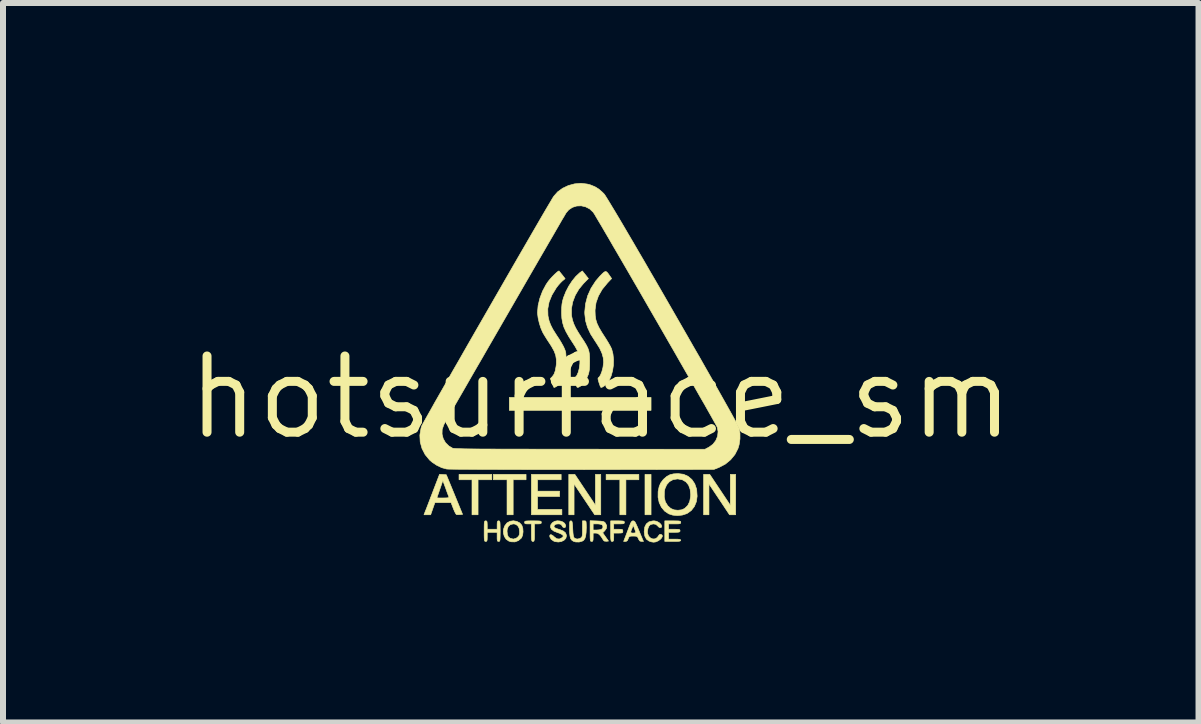
<source format=kicad_pcb>
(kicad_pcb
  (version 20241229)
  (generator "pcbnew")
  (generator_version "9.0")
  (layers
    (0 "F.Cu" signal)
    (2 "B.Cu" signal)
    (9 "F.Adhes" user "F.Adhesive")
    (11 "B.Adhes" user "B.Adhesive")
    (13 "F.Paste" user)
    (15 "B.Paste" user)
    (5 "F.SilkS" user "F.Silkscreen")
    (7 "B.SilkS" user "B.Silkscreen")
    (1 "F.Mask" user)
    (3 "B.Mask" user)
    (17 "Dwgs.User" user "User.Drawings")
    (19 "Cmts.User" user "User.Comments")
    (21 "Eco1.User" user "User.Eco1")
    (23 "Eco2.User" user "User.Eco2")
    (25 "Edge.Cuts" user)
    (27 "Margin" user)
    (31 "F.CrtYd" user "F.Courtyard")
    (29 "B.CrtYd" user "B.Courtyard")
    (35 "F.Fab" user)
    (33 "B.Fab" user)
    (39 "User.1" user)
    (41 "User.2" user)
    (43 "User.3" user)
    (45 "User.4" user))
  (footprint "hotsurface_sm"
    (layer "F.Cu")
    (at 6.962 3.573)
    (property "Reference" "hotsurface_sm" (at 0 0 0) (layer "F.SilkS") (effects (font (size 1.27 1.27) (thickness 0.15))))
    (attr through_hole)
    (fp_poly (pts (xy 0.838 0.216) (xy -1.524 0.216) (xy -1.524 0) (xy 0.838 0) (xy 0.838 0.216)) (stroke (width 0.01) (type solid)) (fill yes) (layer "F.SilkS"))
    (fp_poly (pts (xy 0.838 1.956) (xy 0.737 1.956) (xy 0.737 1.283) (xy 0.838 1.283) (xy 0.838 1.956)) (stroke (width 0.01) (type solid)) (fill yes) (layer "F.SilkS"))
    (fp_poly (pts (xy -1.816 1.372) (xy -2.045 1.372) (xy -2.045 1.956) (xy -2.146 1.956) (xy -2.146 1.372) (xy -2.362 1.372) (xy -2.362 1.283) (xy -1.816 1.283) (xy -1.816 1.372)) (stroke (width 0.01) (type solid)) (fill yes) (layer "F.SilkS"))
    (fp_poly (pts (xy -1.245 1.372) (xy -1.46 1.372) (xy -1.46 1.956) (xy -1.562 1.956) (xy -1.562 1.372) (xy -1.791 1.372) (xy -1.791 1.283) (xy -1.245 1.283) (xy -1.245 1.372)) (stroke (width 0.01) (type solid)) (fill yes) (layer "F.SilkS"))
    (fp_poly (pts (xy 0.635 1.372) (xy 0.419 1.372) (xy 0.419 1.956) (xy 0.318 1.956) (xy 0.318 1.372) (xy 0.089 1.372) (xy 0.089 1.283) (xy 0.635 1.283) (xy 0.635 1.372)) (stroke (width 0.01) (type solid)) (fill yes) (layer "F.SilkS"))
    (fp_poly (pts (xy -0.089 1.797) (xy -0.089 1.283) (xy 0 1.283) (xy 0 1.956) (xy -0.101 1.956) (xy -0.273 1.699) (xy -0.445 1.442) (xy -0.445 1.956) (xy -0.533 1.956) (xy -0.533 1.283) (xy -0.432 1.283) (xy -0.089 1.797)) (stroke (width 0.01) (type solid)) (fill yes) (layer "F.SilkS"))
    (fp_poly (pts (xy 2.159 1.797) (xy 2.159 1.283) (xy 2.248 1.283) (xy 2.248 1.956) (xy 2.146 1.956) (xy 1.975 1.699) (xy 1.803 1.442) (xy 1.803 1.956) (xy 1.714 1.956) (xy 1.714 1.283) (xy 1.816 1.283) (xy 2.159 1.797)) (stroke (width 0.01) (type solid)) (fill yes) (layer "F.SilkS"))
    (fp_poly (pts (xy -0.66 1.372) (xy -1.054 1.372) (xy -1.054 1.562) (xy -0.686 1.562) (xy -0.686 1.651) (xy -1.054 1.651) (xy -1.054 1.867) (xy -0.648 1.867) (xy -0.648 1.956) (xy -1.156 1.956) (xy -1.156 1.283) (xy -0.66 1.283) (xy -0.66 1.372)) (stroke (width 0.01) (type solid)) (fill yes) (layer "F.SilkS"))
    (fp_poly (pts (xy -1.069 2.058) (xy -1.029 2.059) (xy -1.006 2.062) (xy -0.994 2.068) (xy -0.991 2.078) (xy -0.991 2.083) (xy -0.994 2.099) (xy -1.01 2.106) (xy -1.044 2.108) (xy -1.048 2.108) (xy -1.105 2.108) (xy -1.105 2.254) (xy -1.105 2.317) (xy -1.106 2.359) (xy -1.11 2.383) (xy -1.115 2.396) (xy -1.124 2.4) (xy -1.13 2.4) (xy -1.141 2.399) (xy -1.148 2.391) (xy -1.153 2.373) (xy -1.155 2.341) (xy -1.156 2.29) (xy -1.156 2.254) (xy -1.156 2.108) (xy -1.213 2.108) (xy -1.249 2.107) (xy -1.265 2.1) (xy -1.27 2.085) (xy -1.27 2.083) (xy -1.268 2.072) (xy -1.261 2.064) (xy -1.242 2.06) (xy -1.209 2.058) (xy -1.157 2.057) (xy -1.13 2.057) (xy -1.069 2.058)) (stroke (width 0.01) (type solid)) (fill yes) (layer "F.SilkS"))
    (fp_poly (pts (xy 0.334 2.058) (xy 0.367 2.06) (xy 0.385 2.064) (xy 0.393 2.073) (xy 0.394 2.083) (xy 0.391 2.096) (xy 0.38 2.104) (xy 0.356 2.107) (xy 0.312 2.108) (xy 0.305 2.108) (xy 0.216 2.108) (xy 0.216 2.197) (xy 0.292 2.197) (xy 0.334 2.198) (xy 0.357 2.201) (xy 0.366 2.211) (xy 0.368 2.228) (xy 0.368 2.229) (xy 0.367 2.246) (xy 0.358 2.256) (xy 0.336 2.26) (xy 0.295 2.261) (xy 0.292 2.261) (xy 0.216 2.261) (xy 0.216 2.33) (xy 0.215 2.371) (xy 0.21 2.392) (xy 0.199 2.4) (xy 0.191 2.4) (xy 0.18 2.399) (xy 0.173 2.392) (xy 0.169 2.376) (xy 0.166 2.347) (xy 0.165 2.3) (xy 0.165 2.232) (xy 0.165 2.057) (xy 0.279 2.057) (xy 0.334 2.058)) (stroke (width 0.01) (type solid)) (fill yes) (layer "F.SilkS"))
    (fp_poly (pts (xy 1.26 2.058) (xy 1.298 2.059) (xy 1.32 2.063) (xy 1.331 2.069) (xy 1.333 2.08) (xy 1.333 2.083) (xy 1.331 2.095) (xy 1.322 2.103) (xy 1.299 2.107) (xy 1.259 2.108) (xy 1.232 2.108) (xy 1.13 2.108) (xy 1.13 2.197) (xy 1.226 2.197) (xy 1.274 2.198) (xy 1.303 2.2) (xy 1.317 2.207) (xy 1.321 2.218) (xy 1.321 2.223) (xy 1.319 2.235) (xy 1.308 2.243) (xy 1.285 2.247) (xy 1.243 2.248) (xy 1.226 2.248) (xy 1.13 2.248) (xy 1.13 2.362) (xy 1.232 2.362) (xy 1.284 2.363) (xy 1.315 2.366) (xy 1.33 2.373) (xy 1.333 2.381) (xy 1.329 2.39) (xy 1.314 2.396) (xy 1.284 2.399) (xy 1.235 2.4) (xy 1.2 2.4) (xy 1.067 2.4) (xy 1.067 2.057) (xy 1.2 2.057) (xy 1.26 2.058)) (stroke (width 0.01) (type solid)) (fill yes) (layer "F.SilkS"))
    (fp_poly (pts (xy -1.4 2.066) (xy -1.351 2.091) (xy -1.316 2.13) (xy -1.315 2.133) (xy -1.299 2.182) (xy -1.295 2.239) (xy -1.302 2.294) (xy -1.319 2.337) (xy -1.323 2.343) (xy -1.372 2.386) (xy -1.431 2.408) (xy -1.495 2.406) (xy -1.533 2.394) (xy -1.578 2.362) (xy -1.608 2.315) (xy -1.623 2.259) (xy -1.622 2.229) (xy -1.562 2.229) (xy -1.556 2.288) (xy -1.538 2.328) (xy -1.507 2.349) (xy -1.456 2.361) (xy -1.412 2.348) (xy -1.388 2.332) (xy -1.366 2.308) (xy -1.355 2.281) (xy -1.353 2.241) (xy -1.353 2.237) (xy -1.361 2.178) (xy -1.386 2.136) (xy -1.426 2.112) (xy -1.457 2.108) (xy -1.506 2.119) (xy -1.541 2.15) (xy -1.559 2.198) (xy -1.562 2.229) (xy -1.622 2.229) (xy -1.621 2.199) (xy -1.602 2.143) (xy -1.566 2.095) (xy -1.56 2.09) (xy -1.512 2.064) (xy -1.456 2.056) (xy -1.4 2.066)) (stroke (width 0.01) (type solid)) (fill yes) (layer "F.SilkS"))
    (fp_poly (pts (xy 0.931 2.065) (xy 0.971 2.086) (xy 1.002 2.114) (xy 1.016 2.144) (xy 1.016 2.147) (xy 1.008 2.167) (xy 0.988 2.171) (xy 0.964 2.159) (xy 0.947 2.14) (xy 0.917 2.115) (xy 0.876 2.108) (xy 0.831 2.118) (xy 0.826 2.121) (xy 0.803 2.145) (xy 0.786 2.186) (xy 0.778 2.233) (xy 0.78 2.267) (xy 0.798 2.313) (xy 0.83 2.344) (xy 0.868 2.359) (xy 0.907 2.357) (xy 0.942 2.335) (xy 0.959 2.311) (xy 0.978 2.286) (xy 1 2.282) (xy 1.003 2.282) (xy 1.024 2.296) (xy 1.026 2.317) (xy 1.013 2.343) (xy 0.988 2.369) (xy 0.954 2.392) (xy 0.916 2.408) (xy 0.88 2.413) (xy 0.843 2.407) (xy 0.804 2.394) (xy 0.761 2.362) (xy 0.734 2.311) (xy 0.724 2.242) (xy 0.724 2.233) (xy 0.733 2.161) (xy 0.759 2.109) (xy 0.802 2.074) (xy 0.863 2.059) (xy 0.889 2.057) (xy 0.931 2.065)) (stroke (width 0.01) (type solid)) (fill yes) (layer "F.SilkS"))
    (fp_poly (pts (xy -2.63 1.285) (xy -2.574 1.289) (xy -2.438 1.619) (xy -2.303 1.949) (xy -2.346 1.953) (xy -2.381 1.955) (xy -2.405 1.952) (xy -2.406 1.952) (xy -2.417 1.938) (xy -2.434 1.906) (xy -2.453 1.862) (xy -2.458 1.849) (xy -2.495 1.753) (xy -2.764 1.753) (xy -2.835 1.956) (xy -2.946 1.956) (xy -2.923 1.895) (xy -2.911 1.866) (xy -2.892 1.817) (xy -2.868 1.754) (xy -2.839 1.679) (xy -2.837 1.673) (xy -2.73 1.673) (xy -2.719 1.675) (xy -2.688 1.676) (xy -2.643 1.676) (xy -2.628 1.676) (xy -2.574 1.675) (xy -2.543 1.672) (xy -2.531 1.665) (xy -2.531 1.661) (xy -2.537 1.643) (xy -2.551 1.607) (xy -2.569 1.558) (xy -2.584 1.515) (xy -2.632 1.386) (xy -2.681 1.528) (xy -2.7 1.584) (xy -2.716 1.63) (xy -2.727 1.661) (xy -2.73 1.673) (xy -2.837 1.673) (xy -2.808 1.598) (xy -2.793 1.558) (xy -2.687 1.282) (xy -2.63 1.285)) (stroke (width 0.01) (type solid)) (fill yes) (layer "F.SilkS"))
    (fp_poly (pts (xy -0.487 2.06) (xy -0.479 2.07) (xy -0.474 2.093) (xy -0.47 2.131) (xy -0.467 2.191) (xy -0.467 2.193) (xy -0.463 2.257) (xy -0.458 2.299) (xy -0.451 2.326) (xy -0.442 2.341) (xy -0.437 2.346) (xy -0.396 2.361) (xy -0.352 2.353) (xy -0.333 2.342) (xy -0.32 2.332) (xy -0.312 2.317) (xy -0.307 2.294) (xy -0.305 2.256) (xy -0.305 2.199) (xy -0.305 2.19) (xy -0.305 2.057) (xy -0.273 2.057) (xy -0.258 2.058) (xy -0.248 2.064) (xy -0.244 2.081) (xy -0.242 2.112) (xy -0.241 2.164) (xy -0.241 2.169) (xy -0.244 2.251) (xy -0.252 2.312) (xy -0.266 2.354) (xy -0.288 2.383) (xy -0.305 2.394) (xy -0.36 2.41) (xy -0.418 2.409) (xy -0.457 2.397) (xy -0.484 2.378) (xy -0.502 2.351) (xy -0.513 2.311) (xy -0.519 2.255) (xy -0.521 2.188) (xy -0.52 2.129) (xy -0.519 2.091) (xy -0.515 2.069) (xy -0.508 2.06) (xy -0.497 2.057) (xy -0.497 2.057) (xy -0.487 2.06)) (stroke (width 0.01) (type solid)) (fill yes) (layer "F.SilkS"))
    (fp_poly (pts (xy -0.062 2.059) (xy -0.006 2.062) (xy 0.03 2.066) (xy 0.054 2.073) (xy 0.069 2.085) (xy 0.077 2.094) (xy 0.099 2.137) (xy 0.095 2.18) (xy 0.067 2.221) (xy 0.032 2.256) (xy 0.129 2.394) (xy 0.093 2.398) (xy 0.058 2.394) (xy 0.045 2.381) (xy 0.009 2.324) (xy -0.021 2.288) (xy -0.048 2.268) (xy -0.077 2.261) (xy -0.083 2.261) (xy -0.127 2.261) (xy -0.127 2.33) (xy -0.128 2.371) (xy -0.133 2.392) (xy -0.143 2.4) (xy -0.152 2.4) (xy -0.163 2.399) (xy -0.17 2.392) (xy -0.174 2.376) (xy -0.177 2.347) (xy -0.178 2.301) (xy -0.178 2.233) (xy -0.178 2.108) (xy -0.127 2.108) (xy -0.127 2.21) (xy -0.069 2.21) (xy -0.028 2.207) (xy 0.006 2.2) (xy 0.014 2.197) (xy 0.035 2.173) (xy 0.035 2.143) (xy 0.023 2.123) (xy 0.002 2.115) (xy -0.034 2.109) (xy -0.06 2.108) (xy -0.127 2.108) (xy -0.178 2.108) (xy -0.178 2.055) (xy -0.062 2.059)) (stroke (width 0.01) (type solid)) (fill yes) (layer "F.SilkS"))
    (fp_poly (pts (xy -1.692 2.059) (xy -1.685 2.065) (xy -1.68 2.082) (xy -1.678 2.111) (xy -1.677 2.158) (xy -1.676 2.226) (xy -1.676 2.229) (xy -1.677 2.298) (xy -1.678 2.345) (xy -1.68 2.375) (xy -1.684 2.392) (xy -1.691 2.399) (xy -1.701 2.4) (xy -1.702 2.4) (xy -1.716 2.398) (xy -1.724 2.385) (xy -1.727 2.358) (xy -1.727 2.324) (xy -1.727 2.248) (xy -1.892 2.248) (xy -1.892 2.324) (xy -1.893 2.367) (xy -1.897 2.39) (xy -1.906 2.399) (xy -1.918 2.4) (xy -1.928 2.399) (xy -1.935 2.392) (xy -1.939 2.376) (xy -1.942 2.347) (xy -1.943 2.3) (xy -1.943 2.232) (xy -1.943 2.229) (xy -1.943 2.16) (xy -1.942 2.112) (xy -1.94 2.082) (xy -1.935 2.066) (xy -1.928 2.059) (xy -1.918 2.057) (xy -1.918 2.057) (xy -1.903 2.06) (xy -1.895 2.074) (xy -1.893 2.103) (xy -1.892 2.127) (xy -1.892 2.197) (xy -1.727 2.197) (xy -1.727 2.127) (xy -1.726 2.087) (xy -1.721 2.066) (xy -1.711 2.058) (xy -1.702 2.057) (xy -1.692 2.059)) (stroke (width 0.01) (type solid)) (fill yes) (layer "F.SilkS"))
    (fp_poly (pts (xy 0.554 2.061) (xy 0.568 2.073) (xy 0.583 2.099) (xy 0.603 2.142) (xy 0.62 2.181) (xy 0.644 2.239) (xy 0.666 2.293) (xy 0.684 2.335) (xy 0.691 2.353) (xy 0.712 2.4) (xy 0.679 2.4) (xy 0.653 2.394) (xy 0.635 2.371) (xy 0.628 2.356) (xy 0.616 2.33) (xy 0.601 2.317) (xy 0.577 2.312) (xy 0.541 2.311) (xy 0.501 2.312) (xy 0.479 2.318) (xy 0.466 2.332) (xy 0.457 2.356) (xy 0.443 2.387) (xy 0.423 2.399) (xy 0.412 2.4) (xy 0.381 2.4) (xy 0.414 2.315) (xy 0.437 2.254) (xy 0.442 2.242) (xy 0.5 2.242) (xy 0.504 2.255) (xy 0.52 2.26) (xy 0.539 2.261) (xy 0.569 2.258) (xy 0.584 2.253) (xy 0.584 2.251) (xy 0.58 2.235) (xy 0.569 2.204) (xy 0.563 2.187) (xy 0.542 2.132) (xy 0.527 2.168) (xy 0.508 2.214) (xy 0.5 2.242) (xy 0.442 2.242) (xy 0.462 2.187) (xy 0.479 2.143) (xy 0.497 2.097) (xy 0.512 2.071) (xy 0.527 2.059) (xy 0.54 2.057) (xy 0.554 2.061)) (stroke (width 0.01) (type solid)) (fill yes) (layer "F.SilkS"))
    (fp_poly (pts (xy -0.677 2.06) (xy -0.633 2.075) (xy -0.601 2.099) (xy -0.585 2.132) (xy -0.584 2.141) (xy -0.592 2.165) (xy -0.61 2.172) (xy -0.632 2.16) (xy -0.645 2.14) (xy -0.66 2.119) (xy -0.684 2.11) (xy -0.71 2.108) (xy -0.75 2.113) (xy -0.771 2.128) (xy -0.774 2.132) (xy -0.78 2.152) (xy -0.772 2.168) (xy -0.746 2.182) (xy -0.7 2.198) (xy -0.683 2.203) (xy -0.624 2.227) (xy -0.588 2.257) (xy -0.572 2.297) (xy -0.572 2.312) (xy -0.583 2.35) (xy -0.613 2.381) (xy -0.657 2.402) (xy -0.708 2.41) (xy -0.761 2.403) (xy -0.783 2.395) (xy -0.825 2.366) (xy -0.848 2.327) (xy -0.851 2.306) (xy -0.843 2.289) (xy -0.823 2.289) (xy -0.794 2.306) (xy -0.775 2.324) (xy -0.734 2.355) (xy -0.691 2.36) (xy -0.649 2.34) (xy -0.646 2.338) (xy -0.627 2.319) (xy -0.627 2.304) (xy -0.634 2.294) (xy -0.655 2.279) (xy -0.692 2.262) (xy -0.72 2.253) (xy -0.782 2.228) (xy -0.822 2.197) (xy -0.839 2.161) (xy -0.832 2.122) (xy -0.807 2.089) (xy -0.77 2.065) (xy -0.724 2.056) (xy -0.677 2.06)) (stroke (width 0.01) (type solid)) (fill yes) (layer "F.SilkS"))
    (fp_poly (pts (xy 1.379 1.281) (xy 1.455 1.315) (xy 1.518 1.368) (xy 1.566 1.439) (xy 1.596 1.526) (xy 1.599 1.546) (xy 1.606 1.647) (xy 1.593 1.738) (xy 1.56 1.818) (xy 1.509 1.884) (xy 1.441 1.933) (xy 1.43 1.938) (xy 1.358 1.961) (xy 1.278 1.969) (xy 1.2 1.962) (xy 1.134 1.941) (xy 1.064 1.894) (xy 1.01 1.829) (xy 0.973 1.751) (xy 0.955 1.663) (xy 0.955 1.661) (xy 1.058 1.661) (xy 1.076 1.74) (xy 1.116 1.805) (xy 1.167 1.851) (xy 1.221 1.874) (xy 1.285 1.881) (xy 1.349 1.873) (xy 1.398 1.851) (xy 1.449 1.802) (xy 1.482 1.736) (xy 1.497 1.653) (xy 1.499 1.619) (xy 1.489 1.531) (xy 1.463 1.46) (xy 1.419 1.407) (xy 1.36 1.373) (xy 1.287 1.359) (xy 1.275 1.359) (xy 1.205 1.37) (xy 1.145 1.403) (xy 1.099 1.455) (xy 1.069 1.523) (xy 1.06 1.568) (xy 1.058 1.661) (xy 0.955 1.661) (xy 0.956 1.568) (xy 0.973 1.487) (xy 0.997 1.429) (xy 1.037 1.375) (xy 1.053 1.358) (xy 1.103 1.315) (xy 1.154 1.288) (xy 1.214 1.274) (xy 1.291 1.27) (xy 1.379 1.281)) (stroke (width 0.01) (type solid)) (fill yes) (layer "F.SilkS"))
    (fp_poly (pts (xy 0.1 -2.091) (xy 0.121 -2.067) (xy 0.146 -2.032) (xy 0.181 -1.981) (xy 0.112 -1.908) (xy 0.024 -1.801) (xy -0.039 -1.691) (xy -0.079 -1.578) (xy -0.095 -1.458) (xy -0.095 -1.435) (xy -0.092 -1.362) (xy -0.082 -1.296) (xy -0.062 -1.232) (xy -0.03 -1.164) (xy 0.015 -1.087) (xy 0.055 -1.025) (xy 0.094 -0.964) (xy 0.13 -0.905) (xy 0.159 -0.853) (xy 0.178 -0.814) (xy 0.181 -0.809) (xy 0.203 -0.725) (xy 0.213 -0.633) (xy 0.211 -0.538) (xy 0.197 -0.445) (xy 0.173 -0.358) (xy 0.139 -0.283) (xy 0.097 -0.224) (xy 0.066 -0.197) (xy 0.031 -0.174) (xy 0.011 -0.166) (xy -0.001 -0.17) (xy -0.004 -0.175) (xy -0.011 -0.191) (xy -0.022 -0.224) (xy -0.032 -0.253) (xy -0.044 -0.296) (xy -0.046 -0.32) (xy -0.04 -0.328) (xy -0.021 -0.345) (xy -0.000431 -0.382) (xy 0.019 -0.432) (xy 0.034 -0.489) (xy 0.038 -0.508) (xy 0.047 -0.587) (xy 0.041 -0.661) (xy 0.02 -0.736) (xy -0.017 -0.817) (xy -0.073 -0.907) (xy -0.095 -0.94) (xy -0.169 -1.056) (xy -0.221 -1.167) (xy -0.253 -1.276) (xy -0.266 -1.389) (xy -0.267 -1.423) (xy -0.254 -1.558) (xy -0.219 -1.692) (xy -0.161 -1.821) (xy -0.083 -1.941) (xy -0.017 -2.018) (xy 0.026 -2.062) (xy 0.057 -2.089) (xy 0.08 -2.099) (xy 0.1 -2.091)) (stroke (width 0.01) (type solid)) (fill yes) (layer "F.SilkS"))
    (fp_poly (pts (xy -0.206 -1.981) (xy -0.286 -1.9) (xy -0.364 -1.806) (xy -0.425 -1.702) (xy -0.467 -1.592) (xy -0.488 -1.482) (xy -0.488 -1.375) (xy -0.484 -1.348) (xy -0.47 -1.285) (xy -0.449 -1.224) (xy -0.419 -1.159) (xy -0.377 -1.087) (xy -0.325 -1.005) (xy -0.276 -0.931) (xy -0.24 -0.871) (xy -0.215 -0.821) (xy -0.199 -0.775) (xy -0.19 -0.727) (xy -0.186 -0.671) (xy -0.185 -0.603) (xy -0.186 -0.526) (xy -0.189 -0.468) (xy -0.197 -0.422) (xy -0.208 -0.381) (xy -0.245 -0.295) (xy -0.288 -0.23) (xy -0.334 -0.19) (xy -0.367 -0.171) (xy -0.386 -0.166) (xy -0.397 -0.173) (xy -0.398 -0.175) (xy -0.404 -0.191) (xy -0.416 -0.224) (xy -0.425 -0.252) (xy -0.437 -0.291) (xy -0.441 -0.313) (xy -0.436 -0.326) (xy -0.422 -0.337) (xy -0.422 -0.337) (xy -0.398 -0.367) (xy -0.376 -0.417) (xy -0.359 -0.481) (xy -0.349 -0.556) (xy -0.348 -0.565) (xy -0.347 -0.635) (xy -0.359 -0.702) (xy -0.385 -0.771) (xy -0.426 -0.847) (xy -0.468 -0.912) (xy -0.531 -1.01) (xy -0.579 -1.095) (xy -0.614 -1.171) (xy -0.636 -1.245) (xy -0.649 -1.322) (xy -0.653 -1.406) (xy -0.653 -1.429) (xy -0.651 -1.501) (xy -0.646 -1.558) (xy -0.636 -1.609) (xy -0.621 -1.663) (xy -0.618 -1.67) (xy -0.581 -1.763) (xy -0.533 -1.855) (xy -0.476 -1.942) (xy -0.416 -2.016) (xy -0.355 -2.073) (xy -0.344 -2.082) (xy -0.307 -2.108) (xy -0.206 -1.981)) (stroke (width 0.01) (type solid)) (fill yes) (layer "F.SilkS"))
    (fp_poly (pts (xy -0.695 -2.107) (xy -0.686 -2.095) (xy -0.665 -2.069) (xy -0.642 -2.041) (xy -0.594 -1.979) (xy -0.64 -1.941) (xy -0.671 -1.911) (xy -0.708 -1.869) (xy -0.743 -1.824) (xy -0.743 -1.823) (xy -0.814 -1.706) (xy -0.861 -1.591) (xy -0.883 -1.476) (xy -0.88 -1.365) (xy -0.877 -1.346) (xy -0.861 -1.276) (xy -0.836 -1.209) (xy -0.8 -1.138) (xy -0.75 -1.058) (xy -0.73 -1.027) (xy -0.692 -0.97) (xy -0.656 -0.91) (xy -0.626 -0.856) (xy -0.617 -0.838) (xy -0.601 -0.802) (xy -0.59 -0.772) (xy -0.583 -0.741) (xy -0.58 -0.703) (xy -0.578 -0.651) (xy -0.578 -0.597) (xy -0.582 -0.493) (xy -0.594 -0.408) (xy -0.615 -0.338) (xy -0.646 -0.276) (xy -0.667 -0.246) (xy -0.694 -0.217) (xy -0.728 -0.19) (xy -0.76 -0.171) (xy -0.779 -0.165) (xy -0.786 -0.176) (xy -0.798 -0.204) (xy -0.812 -0.24) (xy -0.84 -0.314) (xy -0.808 -0.346) (xy -0.779 -0.387) (xy -0.758 -0.445) (xy -0.744 -0.523) (xy -0.74 -0.56) (xy -0.74 -0.633) (xy -0.751 -0.702) (xy -0.777 -0.772) (xy -0.82 -0.85) (xy -0.857 -0.907) (xy -0.894 -0.963) (xy -0.929 -1.019) (xy -0.958 -1.067) (xy -0.971 -1.092) (xy -1 -1.16) (xy -1.025 -1.241) (xy -1.044 -1.323) (xy -1.053 -1.396) (xy -1.054 -1.417) (xy -1.044 -1.532) (xy -1.015 -1.652) (xy -0.97 -1.771) (xy -0.911 -1.881) (xy -0.875 -1.934) (xy -0.844 -1.972) (xy -0.807 -2.013) (xy -0.77 -2.05) (xy -0.736 -2.081) (xy -0.71 -2.102) (xy -0.696 -2.108) (xy -0.695 -2.107)) (stroke (width 0.01) (type solid)) (fill yes) (layer "F.SilkS"))
    (fp_poly (pts (xy -0.226 -3.556) (xy -0.176 -3.543) (xy -0.097 -3.511) (xy -0.032 -3.471) (xy 0.029 -3.418) (xy 0.058 -3.388) (xy 0.072 -3.368) (xy 0.098 -3.327) (xy 0.135 -3.267) (xy 0.182 -3.189) (xy 0.239 -3.095) (xy 0.304 -2.986) (xy 0.376 -2.864) (xy 0.455 -2.729) (xy 0.541 -2.583) (xy 0.631 -2.428) (xy 0.726 -2.266) (xy 0.824 -2.096) (xy 0.926 -1.921) (xy 1.029 -1.743) (xy 1.133 -1.562) (xy 1.238 -1.38) (xy 1.342 -1.199) (xy 1.445 -1.02) (xy 1.546 -0.843) (xy 1.645 -0.672) (xy 1.739 -0.506) (xy 1.829 -0.348) (xy 1.914 -0.199) (xy 1.992 -0.06) (xy 2.064 0.068) (xy 2.128 0.182) (xy 2.184 0.282) (xy 2.23 0.366) (xy 2.266 0.433) (xy 2.291 0.481) (xy 2.304 0.509) (xy 2.306 0.514) (xy 2.32 0.598) (xy 2.32 0.692) (xy 2.306 0.787) (xy 2.287 0.851) (xy 2.236 0.951) (xy 2.164 1.039) (xy 2.075 1.112) (xy 1.972 1.166) (xy 1.965 1.169) (xy 1.886 1.2) (xy -0.311 1.202) (xy -0.546 1.202) (xy -0.775 1.202) (xy -0.997 1.202) (xy -1.209 1.202) (xy -1.411 1.201) (xy -1.601 1.201) (xy -1.779 1.2) (xy -1.942 1.2) (xy -2.089 1.199) (xy -2.219 1.198) (xy -2.331 1.198) (xy -2.423 1.197) (xy -2.495 1.196) (xy -2.543 1.195) (xy -2.568 1.193) (xy -2.571 1.193) (xy -2.65 1.171) (xy -2.732 1.132) (xy -2.809 1.081) (xy -2.852 1.044) (xy -2.927 0.953) (xy -2.979 0.852) (xy -3.009 0.744) (xy -3.015 0.63) (xy -3.012 0.611) (xy -2.645 0.611) (xy -2.626 0.686) (xy -2.588 0.754) (xy -2.531 0.81) (xy -2.47 0.846) (xy -2.461 0.848) (xy -2.444 0.85) (xy -2.417 0.852) (xy -2.379 0.854) (xy -2.331 0.855) (xy -2.27 0.857) (xy -2.195 0.858) (xy -2.105 0.859) (xy -2.001 0.86) (xy -1.879 0.86) (xy -1.74 0.861) (xy -1.582 0.862) (xy -1.404 0.862) (xy -1.206 0.862) (xy -0.986 0.863) (xy -0.742 0.863) (xy -0.475 0.863) (xy -0.348 0.863) (xy 1.737 0.864) (xy 1.805 0.828) (xy 1.869 0.781) (xy 1.917 0.719) (xy 1.947 0.647) (xy 1.955 0.57) (xy 1.943 0.5) (xy 1.935 0.484) (xy 1.915 0.447) (xy 1.883 0.391) (xy 1.842 0.317) (xy 1.791 0.227) (xy 1.732 0.122) (xy 1.664 0.005) (xy 1.59 -0.125) (xy 1.51 -0.266) (xy 1.424 -0.415) (xy 1.334 -0.572) (xy 1.241 -0.735) (xy 1.144 -0.903) (xy 1.046 -1.074) (xy 0.946 -1.247) (xy 0.846 -1.42) (xy 0.747 -1.592) (xy 0.649 -1.762) (xy 0.553 -1.927) (xy 0.46 -2.088) (xy 0.371 -2.241) (xy 0.286 -2.387) (xy 0.207 -2.522) (xy 0.135 -2.647) (xy 0.069 -2.759) (xy 0.012 -2.857) (xy -0.037 -2.939) (xy -0.076 -3.005) (xy -0.104 -3.053) (xy -0.122 -3.08) (xy -0.126 -3.086) (xy -0.184 -3.141) (xy -0.252 -3.176) (xy -0.325 -3.193) (xy -0.4 -3.19) (xy -0.471 -3.168) (xy -0.533 -3.127) (xy -0.577 -3.076) (xy -0.587 -3.059) (xy -0.609 -3.021) (xy -0.643 -2.965) (xy -0.686 -2.89) (xy -0.738 -2.8) (xy -0.799 -2.694) (xy -0.868 -2.576) (xy -0.943 -2.446) (xy -1.025 -2.305) (xy -1.111 -2.156) (xy -1.202 -1.999) (xy -1.296 -1.836) (xy -1.393 -1.668) (xy -1.491 -1.498) (xy -1.591 -1.325) (xy -1.69 -1.153) (xy -1.789 -0.982) (xy -1.886 -0.814) (xy -1.98 -0.65) (xy -2.072 -0.492) (xy -2.159 -0.341) (xy -2.241 -0.198) (xy -2.317 -0.066) (xy -2.387 0.055) (xy -2.449 0.163) (xy -2.502 0.257) (xy -2.547 0.335) (xy -2.581 0.395) (xy -2.605 0.436) (xy -2.617 0.458) (xy -2.617 0.459) (xy -2.643 0.534) (xy -2.645 0.611) (xy -3.012 0.611) (xy -2.996 0.515) (xy -2.984 0.476) (xy -2.976 0.46) (xy -2.956 0.423) (xy -2.925 0.367) (xy -2.883 0.293) (xy -2.832 0.203) (xy -2.773 0.097) (xy -2.705 -0.022) (xy -2.63 -0.153) (xy -2.549 -0.295) (xy -2.463 -0.447) (xy -2.371 -0.606) (xy -2.276 -0.773) (xy -2.178 -0.944) (xy -2.077 -1.12) (xy -1.975 -1.297) (xy -1.872 -1.476) (xy -1.769 -1.655) (xy -1.667 -1.832) (xy -1.567 -2.006) (xy -1.469 -2.176) (xy -1.375 -2.339) (xy -1.284 -2.496) (xy -1.199 -2.643) (xy -1.119 -2.781) (xy -1.046 -2.907) (xy -0.98 -3.021) (xy -0.922 -3.12) (xy -0.873 -3.203) (xy -0.833 -3.27) (xy -0.805 -3.318) (xy -0.787 -3.346) (xy -0.784 -3.351) (xy -0.718 -3.426) (xy -0.635 -3.486) (xy -0.54 -3.531) (xy -0.436 -3.559) (xy -0.33 -3.568) (xy -0.226 -3.556)) (stroke (width 0.01) (type solid)) (fill yes) (layer "F.SilkS")))
  (gr_rect
    (start -3 -3)
    (end 16.924 8.99)
    (stroke (width 0.1) (type default))
    (fill no)
    (layer "Edge.Cuts")))
</source>
